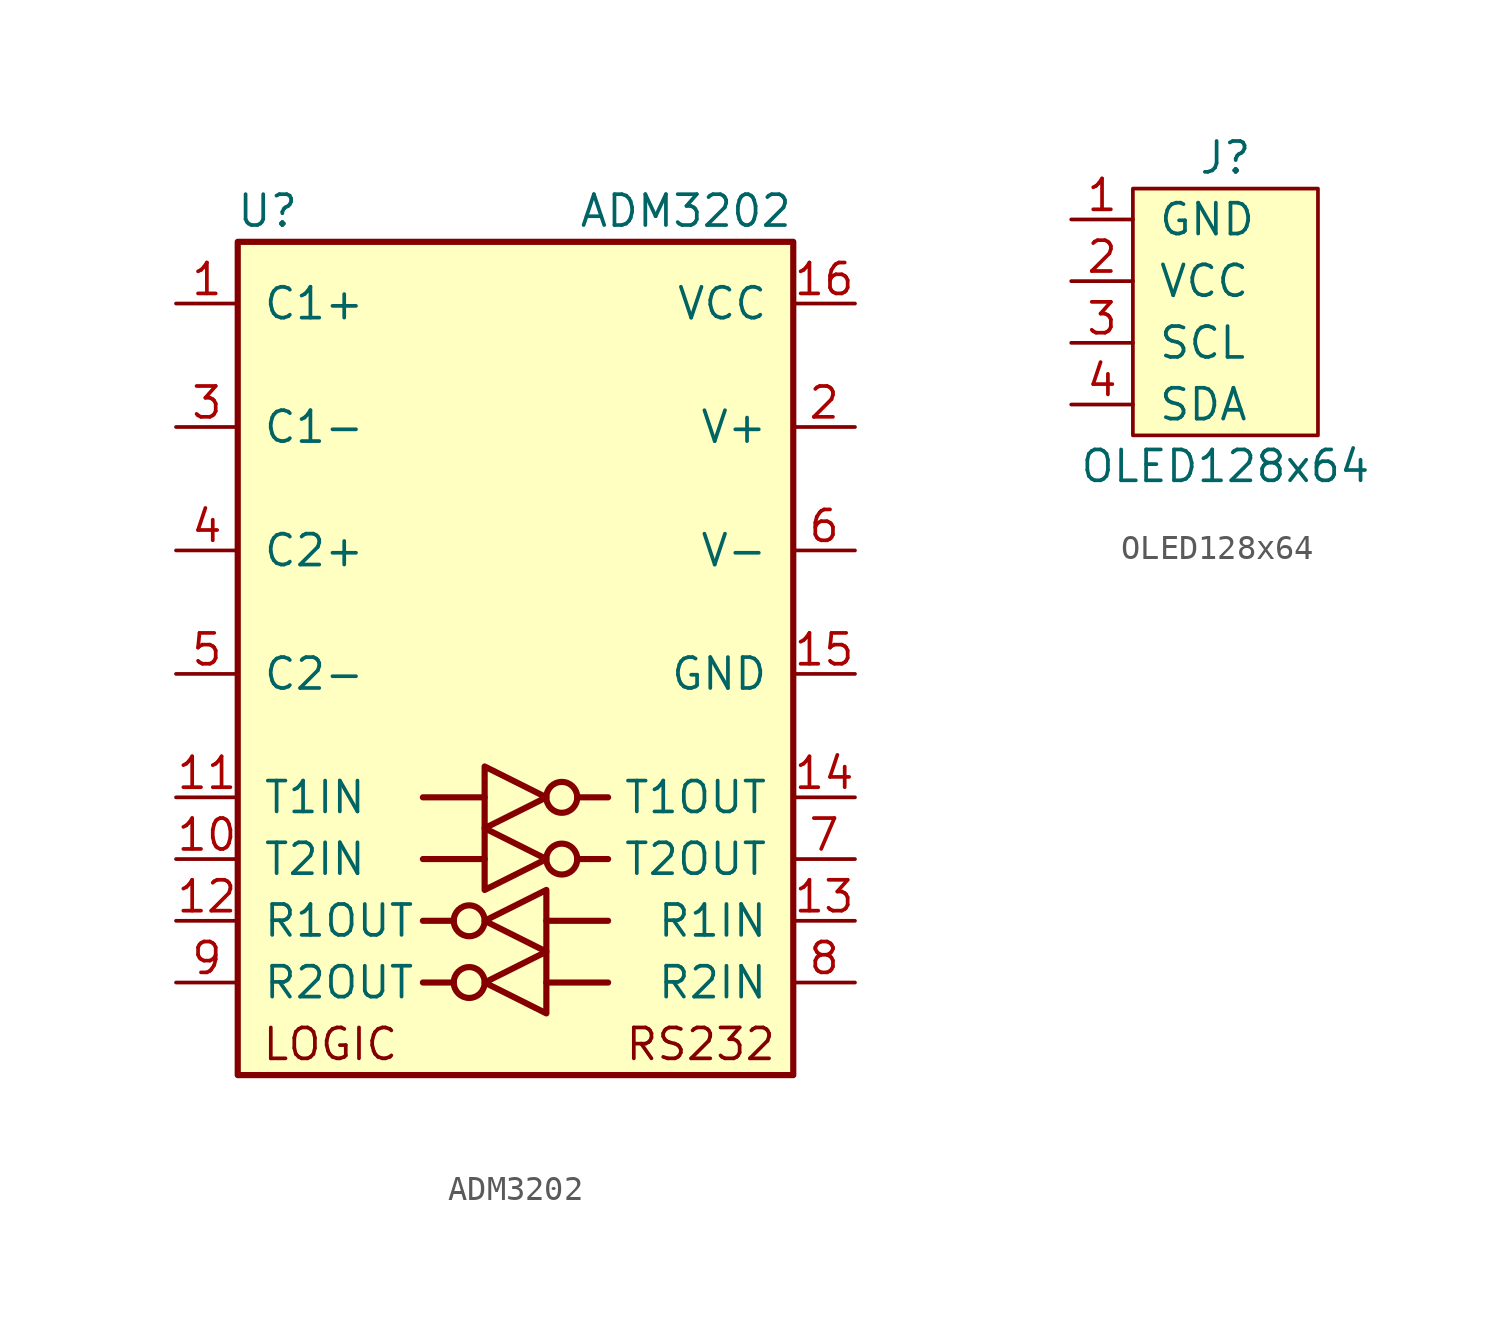
<source format=kicad_sym>
(kicad_symbol_lib
  (version 20220914)
  (generator kicad_symbol_editor)
  (symbol "ADM3202"
    (pin_names
      (offset 1.016))
    (property "Reference" "U"
      (at -8.89 19.05 0)
      (effects (font (size 1.27 1.27)) (justify right)))
    (property "Value" "ADM3202"
      (at 11.43 19.05 0)
      (effects (font (size 1.27 1.27)) (justify right)))
    (symbol "ADM3202_0_0"
      (text "LOGIC" (at -7.62 -15.24 0) (effects (font (size 1.27 1.27))))
      (text "RS232" (at 7.62 -15.24 0) (effects (font (size 1.27 1.27)))))
    (symbol "ADM3202_0_1"
      (rectangle (start -11.43 17.78) (end 11.43 -16.51) (stroke (width 0.254) (type default)) (fill (type background)))
      (circle (center -1.905 -12.7) (radius 0.635) (stroke (width 0.254) (type default)) (fill (type none)))
      (circle (center -1.905 -10.16) (radius 0.635) (stroke (width 0.254) (type default)) (fill (type none)))
      (polyline (pts (xy -2.54 -12.7) (xy -3.81 -12.7)) (stroke (width 0.254) (type default)) (fill (type none)))
      (polyline (pts (xy -2.54 -10.16) (xy -3.81 -10.16)) (stroke (width 0.254) (type default)) (fill (type none)))
      (polyline (pts (xy -1.27 -7.62) (xy -3.81 -7.62)) (stroke (width 0.254) (type default)) (fill (type none)))
      (polyline (pts (xy -1.27 -5.08) (xy -3.81 -5.08)) (stroke (width 0.254) (type default)) (fill (type none)))
      (polyline (pts (xy 1.27 -12.7) (xy 3.81 -12.7)) (stroke (width 0.254) (type default)) (fill (type none)))
      (polyline (pts (xy 1.27 -10.16) (xy 3.81 -10.16)) (stroke (width 0.254) (type default)) (fill (type none)))
      (polyline (pts (xy 2.54 -7.62) (xy 3.81 -7.62)) (stroke (width 0.254) (type default)) (fill (type none)))
      (polyline (pts (xy 2.54 -5.08) (xy 3.81 -5.08)) (stroke (width 0.254) (type default)) (fill (type none)))
      (polyline (pts (xy -1.27 -6.35) (xy -1.27 -8.89) (xy 1.27 -7.62) (xy -1.27 -6.35)) (stroke (width 0.254) (type default)) (fill (type none)))
      (polyline (pts (xy -1.27 -3.81) (xy -1.27 -6.35) (xy 1.27 -5.08) (xy -1.27 -3.81)) (stroke (width 0.254) (type default)) (fill (type none)))
      (polyline (pts (xy 1.27 -11.43) (xy 1.27 -13.97) (xy -1.27 -12.7) (xy 1.27 -11.43)) (stroke (width 0.254) (type default)) (fill (type none)))
      (polyline (pts (xy 1.27 -8.89) (xy 1.27 -11.43) (xy -1.27 -10.16) (xy 1.27 -8.89)) (stroke (width 0.254) (type default)) (fill (type none)))
      (circle (center 1.905 -7.62) (radius 0.635) (stroke (width 0.254) (type default)) (fill (type none)))
      (circle (center 1.905 -5.08) (radius 0.635) (stroke (width 0.254) (type default)) (fill (type none))))
    (symbol "ADM3202_1_1"
      (pin passive line (at -13.97 15.24 0) (length 2.54) (name "C1+" (effects (font (size 1.27 1.27)))) (number "1" (effects (font (size 1.27 1.27)))))
      (pin passive line (at -13.97 -7.62 0) (length 2.54) (name "T2IN" (effects (font (size 1.27 1.27)))) (number "10" (effects (font (size 1.27 1.27)))))
      (pin passive line (at -13.97 -5.08 0) (length 2.54) (name "T1IN" (effects (font (size 1.27 1.27)))) (number "11" (effects (font (size 1.27 1.27)))))
      (pin passive line (at -13.97 -10.16 0) (length 2.54) (name "R1OUT" (effects (font (size 1.27 1.27)))) (number "12" (effects (font (size 1.27 1.27)))))
      (pin passive line (at 13.97 -10.16 180) (length 2.54) (name "R1IN" (effects (font (size 1.27 1.27)))) (number "13" (effects (font (size 1.27 1.27)))))
      (pin passive line (at 13.97 -5.08 180) (length 2.54) (name "T1OUT" (effects (font (size 1.27 1.27)))) (number "14" (effects (font (size 1.27 1.27)))))
      (pin power_in line (at 13.97 0 180) (length 2.54) (name "GND" (effects (font (size 1.27 1.27)))) (number "15" (effects (font (size 1.27 1.27)))))
      (pin power_in line (at 13.97 15.24 180) (length 2.54) (name "VCC" (effects (font (size 1.27 1.27)))) (number "16" (effects (font (size 1.27 1.27)))))
      (pin passive line (at 13.97 10.16 180) (length 2.54) (name "V+" (effects (font (size 1.27 1.27)))) (number "2" (effects (font (size 1.27 1.27)))))
      (pin passive line (at -13.97 10.16 0) (length 2.54) (name "C1-" (effects (font (size 1.27 1.27)))) (number "3" (effects (font (size 1.27 1.27)))))
      (pin passive line (at -13.97 5.08 0) (length 2.54) (name "C2+" (effects (font (size 1.27 1.27)))) (number "4" (effects (font (size 1.27 1.27)))))
      (pin passive line (at -13.97 0 0) (length 2.54) (name "C2-" (effects (font (size 1.27 1.27)))) (number "5" (effects (font (size 1.27 1.27)))))
      (pin passive line (at 13.97 5.08 180) (length 2.54) (name "V-" (effects (font (size 1.27 1.27)))) (number "6" (effects (font (size 1.27 1.27)))))
      (pin passive line (at 13.97 -7.62 180) (length 2.54) (name "T2OUT" (effects (font (size 1.27 1.27)))) (number "7" (effects (font (size 1.27 1.27)))))
      (pin passive line (at 13.97 -12.7 180) (length 2.54) (name "R2IN" (effects (font (size 1.27 1.27)))) (number "8" (effects (font (size 1.27 1.27)))))
      (pin passive line (at -13.97 -12.7 0) (length 2.54) (name "R2OUT" (effects (font (size 1.27 1.27)))) (number "9" (effects (font (size 1.27 1.27)))))))
  (symbol "OLED128x64"
    (pin_names
      (offset 1.016))
    (property "Reference" "J"
      (at 0 6.35 0)
      (effects (font (size 1.27 1.27))))
    (property "Value" "OLED128x64"
      (at 0 -6.35 0)
      (effects (font (size 1.27 1.27))))
    (symbol "OLED128x64_0_1"
      (rectangle (start -3.81 5.08) (end 3.81 -5.08) (stroke (width 0) (type default)) (fill (type background))))
    (symbol "OLED128x64_1_1"
      (pin power_in line (at -6.35 3.81 0) (length 2.54) (name "GND" (effects (font (size 1.27 1.27)))) (number "1" (effects (font (size 1.27 1.27)))))
      (pin power_in line (at -6.35 1.27 0) (length 2.54) (name "VCC" (effects (font (size 1.27 1.27)))) (number "2" (effects (font (size 1.27 1.27)))))
      (pin passive line (at -6.35 -1.27 0) (length 2.54) (name "SCL" (effects (font (size 1.27 1.27)))) (number "3" (effects (font (size 1.27 1.27)))))
      (pin passive line (at -6.35 -3.81 0) (length 2.54) (name "SDA" (effects (font (size 1.27 1.27)))) (number "4" (effects (font (size 1.27 1.27))))))))
</source>
